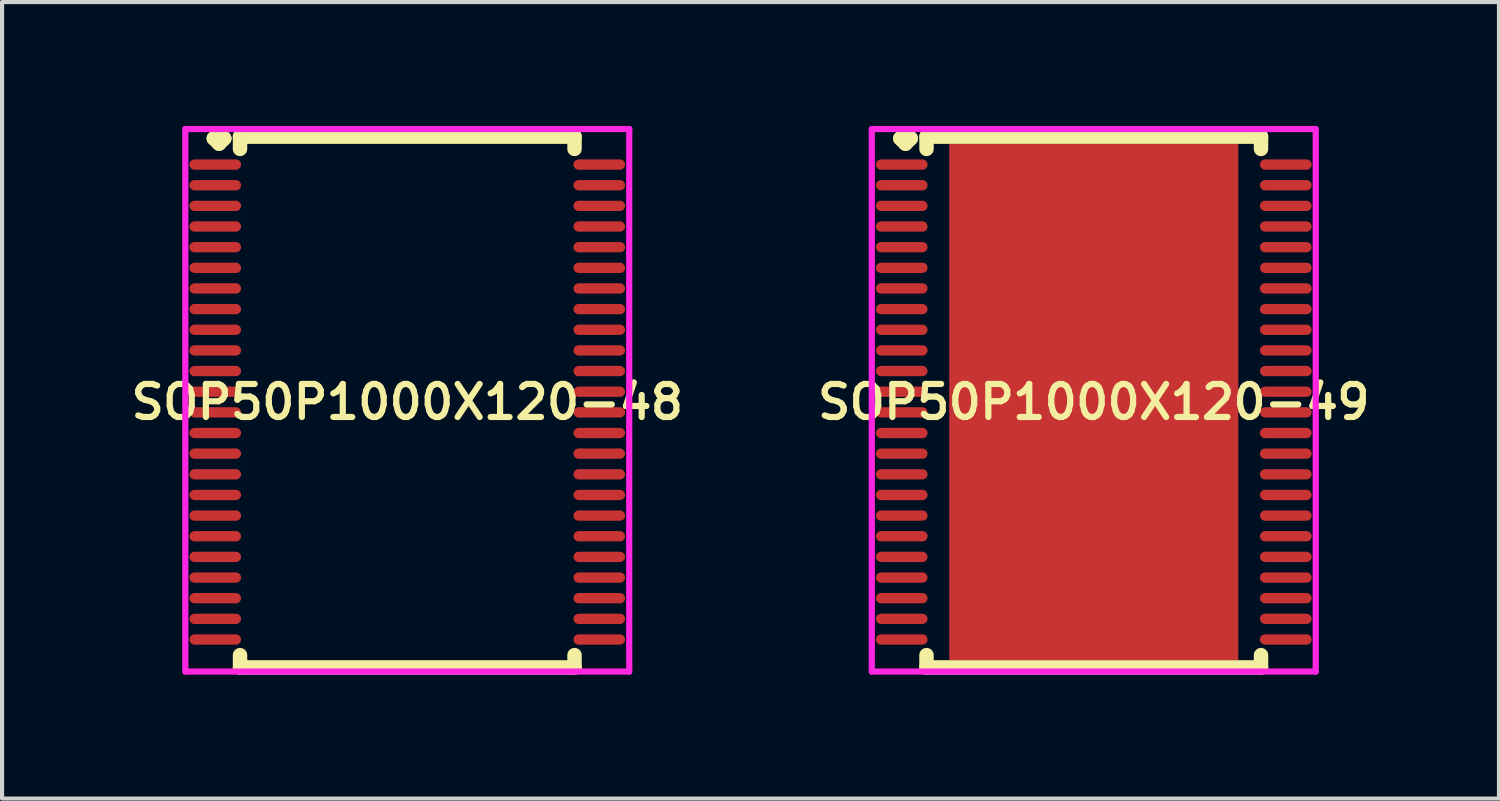
<source format=kicad_pcb>
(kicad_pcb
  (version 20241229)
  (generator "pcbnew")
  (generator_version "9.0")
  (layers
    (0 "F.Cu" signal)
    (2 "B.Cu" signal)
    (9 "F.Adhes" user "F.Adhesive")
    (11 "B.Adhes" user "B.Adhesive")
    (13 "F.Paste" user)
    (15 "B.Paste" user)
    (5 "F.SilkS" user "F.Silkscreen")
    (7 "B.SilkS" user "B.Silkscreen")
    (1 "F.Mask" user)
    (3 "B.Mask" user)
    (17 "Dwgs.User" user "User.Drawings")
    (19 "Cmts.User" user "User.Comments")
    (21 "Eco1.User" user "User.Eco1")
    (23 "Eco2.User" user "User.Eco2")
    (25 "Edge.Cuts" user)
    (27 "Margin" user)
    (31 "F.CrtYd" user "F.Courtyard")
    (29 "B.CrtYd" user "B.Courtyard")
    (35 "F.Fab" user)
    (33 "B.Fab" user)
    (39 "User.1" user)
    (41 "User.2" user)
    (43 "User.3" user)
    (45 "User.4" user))
  (footprint "SOP50P1000X120-49"
    (layer "F.Cu")
    (at 23.435 6.685)
    (property "Reference" "SOP50P1000X120-49" (at 0 0 0) (layer "F.SilkS") (effects (font (size 0.8 0.8) (thickness 0.15))))
    (attr smd)
    (fp_line (start -4.685 -6.383) (end -4.558 -6.51) (stroke (width 0.35) (type solid)) (layer "F.SilkS"))
    (fp_line (start -4.558 -6.51) (end -4.431 -6.383) (stroke (width 0.35) (type solid)) (layer "F.SilkS"))
    (fp_line (start -4.558 -6.256) (end -4.685 -6.383) (stroke (width 0.35) (type solid)) (layer "F.SilkS"))
    (fp_line (start -4.431 -6.383) (end -4.558 -6.256) (stroke (width 0.35) (type solid)) (layer "F.SilkS"))
    (fp_line (start -4.05 -6.427) (end 4.05 -6.427) (stroke (width 0.35) (type solid)) (layer "F.SilkS"))
    (fp_line (start -4.05 -6.129) (end -4.05 -6.427) (stroke (width 0.35) (type solid)) (layer "F.SilkS"))
    (fp_line (start -4.05 6.129) (end -4.05 6.427) (stroke (width 0.35) (type solid)) (layer "F.SilkS"))
    (fp_line (start -4.05 6.427) (end 4.05 6.427) (stroke (width 0.35) (type solid)) (layer "F.SilkS"))
    (fp_line (start 4.05 -6.427) (end 4.05 -6.129) (stroke (width 0.35) (type solid)) (layer "F.SilkS"))
    (fp_line (start 4.05 6.427) (end 4.05 6.129) (stroke (width 0.35) (type solid)) (layer "F.SilkS"))
    (fp_line (start -5.375 -6.61) (end 5.375 -6.61) (stroke (width 0.15) (type solid)) (layer "F.CrtYd"))
    (fp_line (start -5.375 6.527) (end -5.375 -6.61) (stroke (width 0.15) (type solid)) (layer "F.CrtYd"))
    (fp_line (start 5.375 -6.61) (end 5.375 6.527) (stroke (width 0.15) (type solid)) (layer "F.CrtYd"))
    (fp_line (start 5.375 6.527) (end -5.375 6.527) (stroke (width 0.15) (type solid)) (layer "F.CrtYd"))
    (pad "1" smd oval (at -4.65 -5.75) (size 1.25 0.25) (layers "F.Cu" "F.Mask" "F.Paste"))
    (pad "2" smd oval (at -4.65 -5.25) (size 1.25 0.25) (layers "F.Cu" "F.Mask" "F.Paste"))
    (pad "3" smd oval (at -4.65 -4.75) (size 1.25 0.25) (layers "F.Cu" "F.Mask" "F.Paste"))
    (pad "4" smd oval (at -4.65 -4.25) (size 1.25 0.25) (layers "F.Cu" "F.Mask" "F.Paste"))
    (pad "5" smd oval (at -4.65 -3.75) (size 1.25 0.25) (layers "F.Cu" "F.Mask" "F.Paste"))
    (pad "6" smd oval (at -4.65 -3.25) (size 1.25 0.25) (layers "F.Cu" "F.Mask" "F.Paste"))
    (pad "7" smd oval (at -4.65 -2.75) (size 1.25 0.25) (layers "F.Cu" "F.Mask" "F.Paste"))
    (pad "8" smd oval (at -4.65 -2.25) (size 1.25 0.25) (layers "F.Cu" "F.Mask" "F.Paste"))
    (pad "9" smd oval (at -4.65 -1.75) (size 1.25 0.25) (layers "F.Cu" "F.Mask" "F.Paste"))
    (pad "10" smd oval (at -4.65 -1.25) (size 1.25 0.25) (layers "F.Cu" "F.Mask" "F.Paste"))
    (pad "11" smd oval (at -4.65 -0.75) (size 1.25 0.25) (layers "F.Cu" "F.Mask" "F.Paste"))
    (pad "12" smd oval (at -4.65 -0.25) (size 1.25 0.25) (layers "F.Cu" "F.Mask" "F.Paste"))
    (pad "13" smd oval (at -4.65 0.25) (size 1.25 0.25) (layers "F.Cu" "F.Mask" "F.Paste"))
    (pad "14" smd oval (at -4.65 0.75) (size 1.25 0.25) (layers "F.Cu" "F.Mask" "F.Paste"))
    (pad "15" smd oval (at -4.65 1.25) (size 1.25 0.25) (layers "F.Cu" "F.Mask" "F.Paste"))
    (pad "16" smd oval (at -4.65 1.75) (size 1.25 0.25) (layers "F.Cu" "F.Mask" "F.Paste"))
    (pad "17" smd oval (at -4.65 2.25) (size 1.25 0.25) (layers "F.Cu" "F.Mask" "F.Paste"))
    (pad "18" smd oval (at -4.65 2.75) (size 1.25 0.25) (layers "F.Cu" "F.Mask" "F.Paste"))
    (pad "19" smd oval (at -4.65 3.25) (size 1.25 0.25) (layers "F.Cu" "F.Mask" "F.Paste"))
    (pad "20" smd oval (at -4.65 3.75) (size 1.25 0.25) (layers "F.Cu" "F.Mask" "F.Paste"))
    (pad "21" smd oval (at -4.65 4.25) (size 1.25 0.25) (layers "F.Cu" "F.Mask" "F.Paste"))
    (pad "22" smd oval (at -4.65 4.75) (size 1.25 0.25) (layers "F.Cu" "F.Mask" "F.Paste"))
    (pad "23" smd oval (at -4.65 5.25) (size 1.25 0.25) (layers "F.Cu" "F.Mask" "F.Paste"))
    (pad "24" smd oval (at -4.65 5.75) (size 1.25 0.25) (layers "F.Cu" "F.Mask" "F.Paste"))
    (pad "25" smd oval (at 4.65 5.75) (size 1.25 0.25) (layers "F.Cu" "F.Mask" "F.Paste"))
    (pad "26" smd oval (at 4.65 5.25) (size 1.25 0.25) (layers "F.Cu" "F.Mask" "F.Paste"))
    (pad "27" smd oval (at 4.65 4.75) (size 1.25 0.25) (layers "F.Cu" "F.Mask" "F.Paste"))
    (pad "28" smd oval (at 4.65 4.25) (size 1.25 0.25) (layers "F.Cu" "F.Mask" "F.Paste"))
    (pad "29" smd oval (at 4.65 3.75) (size 1.25 0.25) (layers "F.Cu" "F.Mask" "F.Paste"))
    (pad "30" smd oval (at 4.65 3.25) (size 1.25 0.25) (layers "F.Cu" "F.Mask" "F.Paste"))
    (pad "31" smd oval (at 4.65 2.75) (size 1.25 0.25) (layers "F.Cu" "F.Mask" "F.Paste"))
    (pad "32" smd oval (at 4.65 2.25) (size 1.25 0.25) (layers "F.Cu" "F.Mask" "F.Paste"))
    (pad "33" smd oval (at 4.65 1.75) (size 1.25 0.25) (layers "F.Cu" "F.Mask" "F.Paste"))
    (pad "34" smd oval (at 4.65 1.25) (size 1.25 0.25) (layers "F.Cu" "F.Mask" "F.Paste"))
    (pad "35" smd oval (at 4.65 0.75) (size 1.25 0.25) (layers "F.Cu" "F.Mask" "F.Paste"))
    (pad "36" smd oval (at 4.65 0.25) (size 1.25 0.25) (layers "F.Cu" "F.Mask" "F.Paste"))
    (pad "37" smd oval (at 4.65 -0.25) (size 1.25 0.25) (layers "F.Cu" "F.Mask" "F.Paste"))
    (pad "38" smd oval (at 4.65 -0.75) (size 1.25 0.25) (layers "F.Cu" "F.Mask" "F.Paste"))
    (pad "39" smd oval (at 4.65 -1.25) (size 1.25 0.25) (layers "F.Cu" "F.Mask" "F.Paste"))
    (pad "40" smd oval (at 4.65 -1.75) (size 1.25 0.25) (layers "F.Cu" "F.Mask" "F.Paste"))
    (pad "41" smd oval (at 4.65 -2.25) (size 1.25 0.25) (layers "F.Cu" "F.Mask" "F.Paste"))
    (pad "42" smd oval (at 4.65 -2.75) (size 1.25 0.25) (layers "F.Cu" "F.Mask" "F.Paste"))
    (pad "43" smd oval (at 4.65 -3.25) (size 1.25 0.25) (layers "F.Cu" "F.Mask" "F.Paste"))
    (pad "44" smd oval (at 4.65 -3.75) (size 1.25 0.25) (layers "F.Cu" "F.Mask" "F.Paste"))
    (pad "45" smd oval (at 4.65 -4.25) (size 1.25 0.25) (layers "F.Cu" "F.Mask" "F.Paste"))
    (pad "46" smd oval (at 4.65 -4.75) (size 1.25 0.25) (layers "F.Cu" "F.Mask" "F.Paste"))
    (pad "47" smd oval (at 4.65 -5.25) (size 1.25 0.25) (layers "F.Cu" "F.Mask" "F.Paste"))
    (pad "48" smd oval (at 4.65 -5.75) (size 1.25 0.25) (layers "F.Cu" "F.Mask" "F.Paste"))
    (pad "49" smd rect (at 0 0) (size 7 12.5) (layers "F.Cu" "F.Mask" "F.Paste")))
  (footprint "SOP50P1000X120-48"
    (layer "F.Cu")
    (at 6.812 6.685)
    (property "Reference" "SOP50P1000X120-48" (at 0 0 0) (layer "F.SilkS") (effects (font (size 0.8 0.8) (thickness 0.15))))
    (attr smd)
    (fp_line (start -4.685 -6.383) (end -4.558 -6.51) (stroke (width 0.35) (type solid)) (layer "F.SilkS"))
    (fp_line (start -4.558 -6.51) (end -4.431 -6.383) (stroke (width 0.35) (type solid)) (layer "F.SilkS"))
    (fp_line (start -4.558 -6.256) (end -4.685 -6.383) (stroke (width 0.35) (type solid)) (layer "F.SilkS"))
    (fp_line (start -4.431 -6.383) (end -4.558 -6.256) (stroke (width 0.35) (type solid)) (layer "F.SilkS"))
    (fp_line (start -4.05 -6.427) (end 4.05 -6.427) (stroke (width 0.35) (type solid)) (layer "F.SilkS"))
    (fp_line (start -4.05 -6.129) (end -4.05 -6.427) (stroke (width 0.35) (type solid)) (layer "F.SilkS"))
    (fp_line (start -4.05 6.129) (end -4.05 6.427) (stroke (width 0.35) (type solid)) (layer "F.SilkS"))
    (fp_line (start -4.05 6.427) (end 4.05 6.427) (stroke (width 0.35) (type solid)) (layer "F.SilkS"))
    (fp_line (start 4.05 -6.427) (end 4.05 -6.129) (stroke (width 0.35) (type solid)) (layer "F.SilkS"))
    (fp_line (start 4.05 6.427) (end 4.05 6.129) (stroke (width 0.35) (type solid)) (layer "F.SilkS"))
    (fp_line (start -5.375 -6.61) (end 5.375 -6.61) (stroke (width 0.15) (type solid)) (layer "F.CrtYd"))
    (fp_line (start -5.375 6.527) (end -5.375 -6.61) (stroke (width 0.15) (type solid)) (layer "F.CrtYd"))
    (fp_line (start 5.375 -6.61) (end 5.375 6.527) (stroke (width 0.15) (type solid)) (layer "F.CrtYd"))
    (fp_line (start 5.375 6.527) (end -5.375 6.527) (stroke (width 0.15) (type solid)) (layer "F.CrtYd"))
    (pad "1" smd oval (at -4.65 -5.75) (size 1.25 0.25) (layers "F.Cu" "F.Mask" "F.Paste"))
    (pad "2" smd oval (at -4.65 -5.25) (size 1.25 0.25) (layers "F.Cu" "F.Mask" "F.Paste"))
    (pad "3" smd oval (at -4.65 -4.75) (size 1.25 0.25) (layers "F.Cu" "F.Mask" "F.Paste"))
    (pad "4" smd oval (at -4.65 -4.25) (size 1.25 0.25) (layers "F.Cu" "F.Mask" "F.Paste"))
    (pad "5" smd oval (at -4.65 -3.75) (size 1.25 0.25) (layers "F.Cu" "F.Mask" "F.Paste"))
    (pad "6" smd oval (at -4.65 -3.25) (size 1.25 0.25) (layers "F.Cu" "F.Mask" "F.Paste"))
    (pad "7" smd oval (at -4.65 -2.75) (size 1.25 0.25) (layers "F.Cu" "F.Mask" "F.Paste"))
    (pad "8" smd oval (at -4.65 -2.25) (size 1.25 0.25) (layers "F.Cu" "F.Mask" "F.Paste"))
    (pad "9" smd oval (at -4.65 -1.75) (size 1.25 0.25) (layers "F.Cu" "F.Mask" "F.Paste"))
    (pad "10" smd oval (at -4.65 -1.25) (size 1.25 0.25) (layers "F.Cu" "F.Mask" "F.Paste"))
    (pad "11" smd oval (at -4.65 -0.75) (size 1.25 0.25) (layers "F.Cu" "F.Mask" "F.Paste"))
    (pad "12" smd oval (at -4.65 -0.25) (size 1.25 0.25) (layers "F.Cu" "F.Mask" "F.Paste"))
    (pad "13" smd oval (at -4.65 0.25) (size 1.25 0.25) (layers "F.Cu" "F.Mask" "F.Paste"))
    (pad "14" smd oval (at -4.65 0.75) (size 1.25 0.25) (layers "F.Cu" "F.Mask" "F.Paste"))
    (pad "15" smd oval (at -4.65 1.25) (size 1.25 0.25) (layers "F.Cu" "F.Mask" "F.Paste"))
    (pad "16" smd oval (at -4.65 1.75) (size 1.25 0.25) (layers "F.Cu" "F.Mask" "F.Paste"))
    (pad "17" smd oval (at -4.65 2.25) (size 1.25 0.25) (layers "F.Cu" "F.Mask" "F.Paste"))
    (pad "18" smd oval (at -4.65 2.75) (size 1.25 0.25) (layers "F.Cu" "F.Mask" "F.Paste"))
    (pad "19" smd oval (at -4.65 3.25) (size 1.25 0.25) (layers "F.Cu" "F.Mask" "F.Paste"))
    (pad "20" smd oval (at -4.65 3.75) (size 1.25 0.25) (layers "F.Cu" "F.Mask" "F.Paste"))
    (pad "21" smd oval (at -4.65 4.25) (size 1.25 0.25) (layers "F.Cu" "F.Mask" "F.Paste"))
    (pad "22" smd oval (at -4.65 4.75) (size 1.25 0.25) (layers "F.Cu" "F.Mask" "F.Paste"))
    (pad "23" smd oval (at -4.65 5.25) (size 1.25 0.25) (layers "F.Cu" "F.Mask" "F.Paste"))
    (pad "24" smd oval (at -4.65 5.75) (size 1.25 0.25) (layers "F.Cu" "F.Mask" "F.Paste"))
    (pad "25" smd oval (at 4.65 5.75) (size 1.25 0.25) (layers "F.Cu" "F.Mask" "F.Paste"))
    (pad "26" smd oval (at 4.65 5.25) (size 1.25 0.25) (layers "F.Cu" "F.Mask" "F.Paste"))
    (pad "27" smd oval (at 4.65 4.75) (size 1.25 0.25) (layers "F.Cu" "F.Mask" "F.Paste"))
    (pad "28" smd oval (at 4.65 4.25) (size 1.25 0.25) (layers "F.Cu" "F.Mask" "F.Paste"))
    (pad "29" smd oval (at 4.65 3.75) (size 1.25 0.25) (layers "F.Cu" "F.Mask" "F.Paste"))
    (pad "30" smd oval (at 4.65 3.25) (size 1.25 0.25) (layers "F.Cu" "F.Mask" "F.Paste"))
    (pad "31" smd oval (at 4.65 2.75) (size 1.25 0.25) (layers "F.Cu" "F.Mask" "F.Paste"))
    (pad "32" smd oval (at 4.65 2.25) (size 1.25 0.25) (layers "F.Cu" "F.Mask" "F.Paste"))
    (pad "33" smd oval (at 4.65 1.75) (size 1.25 0.25) (layers "F.Cu" "F.Mask" "F.Paste"))
    (pad "34" smd oval (at 4.65 1.25) (size 1.25 0.25) (layers "F.Cu" "F.Mask" "F.Paste"))
    (pad "35" smd oval (at 4.65 0.75) (size 1.25 0.25) (layers "F.Cu" "F.Mask" "F.Paste"))
    (pad "36" smd oval (at 4.65 0.25) (size 1.25 0.25) (layers "F.Cu" "F.Mask" "F.Paste"))
    (pad "37" smd oval (at 4.65 -0.25) (size 1.25 0.25) (layers "F.Cu" "F.Mask" "F.Paste"))
    (pad "38" smd oval (at 4.65 -0.75) (size 1.25 0.25) (layers "F.Cu" "F.Mask" "F.Paste"))
    (pad "39" smd oval (at 4.65 -1.25) (size 1.25 0.25) (layers "F.Cu" "F.Mask" "F.Paste"))
    (pad "40" smd oval (at 4.65 -1.75) (size 1.25 0.25) (layers "F.Cu" "F.Mask" "F.Paste"))
    (pad "41" smd oval (at 4.65 -2.25) (size 1.25 0.25) (layers "F.Cu" "F.Mask" "F.Paste"))
    (pad "42" smd oval (at 4.65 -2.75) (size 1.25 0.25) (layers "F.Cu" "F.Mask" "F.Paste"))
    (pad "43" smd oval (at 4.65 -3.25) (size 1.25 0.25) (layers "F.Cu" "F.Mask" "F.Paste"))
    (pad "44" smd oval (at 4.65 -3.75) (size 1.25 0.25) (layers "F.Cu" "F.Mask" "F.Paste"))
    (pad "45" smd oval (at 4.65 -4.25) (size 1.25 0.25) (layers "F.Cu" "F.Mask" "F.Paste"))
    (pad "46" smd oval (at 4.65 -4.75) (size 1.25 0.25) (layers "F.Cu" "F.Mask" "F.Paste"))
    (pad "47" smd oval (at 4.65 -5.25) (size 1.25 0.25) (layers "F.Cu" "F.Mask" "F.Paste"))
    (pad "48" smd oval (at 4.65 -5.75) (size 1.25 0.25) (layers "F.Cu" "F.Mask" "F.Paste")))
  (gr_rect
    (start -3 -3)
    (end 33.247 16.287)
    (stroke (width 0.1) (type default))
    (fill no)
    (layer "Edge.Cuts")))
</source>
